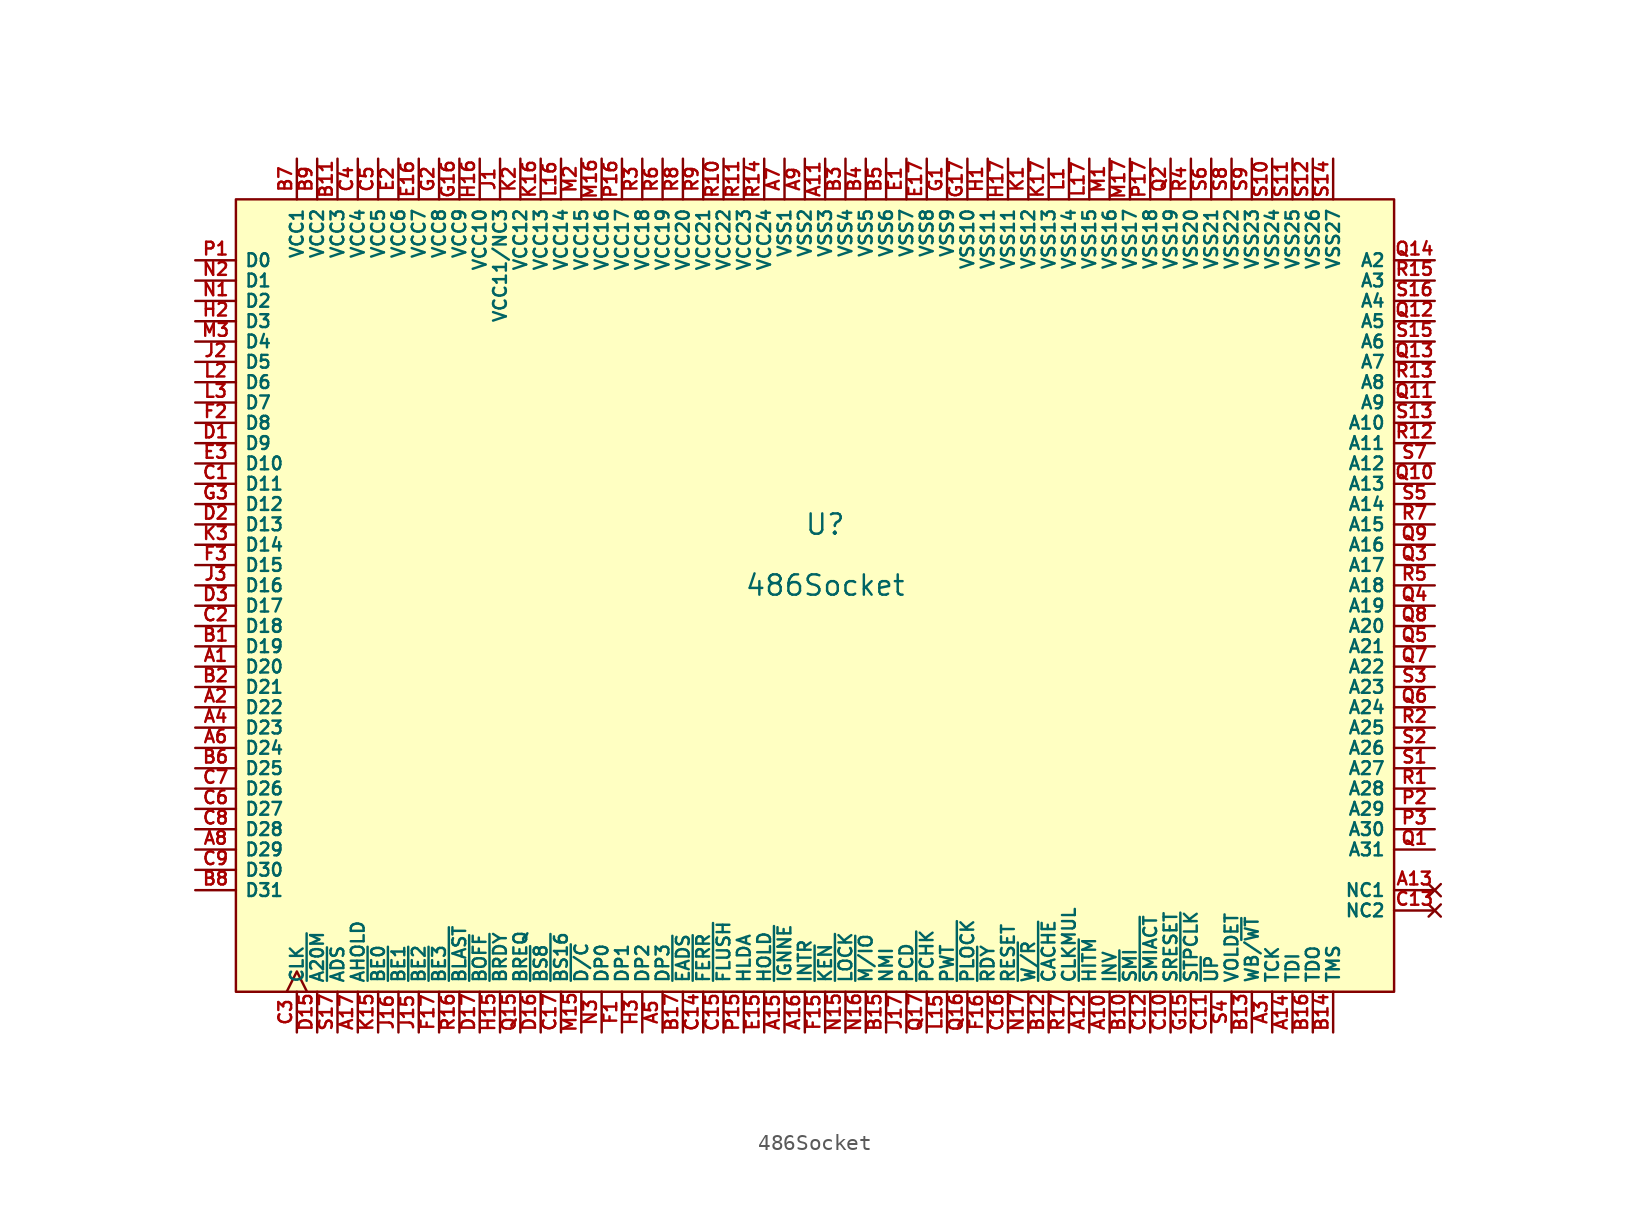
<source format=kicad_sym>
(kicad_symbol_lib
  (version 20241209)
  (generator "kicad_symbol_editor")
  (generator_version "9.0")
  (symbol "486Socket"
    (property "Reference" "U"
      (at 46.99 39.37 0)
      (effects (font (size 1.27 1.27))))
    (property "Value" "486Socket"
      (at 46.99 35.56 0)
      (effects (font (size 1.27 1.27))))
    (symbol "486Socket_0_1"
      (rectangle (start 10.16 59.69) (end 82.55 10.16) (stroke (width 0) (type default)) (fill (type background))))
    (symbol "486Socket_1_1"
      (pin bidirectional line (at 7.62 55.88 0) (length 2.54) (name "D0" (effects (font (size 0.8 0.8)))) (number "P1" (effects (font (size 0.8 0.8)))))
      (pin bidirectional line (at 7.62 54.61 0) (length 2.54) (name "D1" (effects (font (size 0.8 0.8)))) (number "N2" (effects (font (size 0.8 0.8)))))
      (pin bidirectional line (at 7.62 53.34 0) (length 2.54) (name "D2" (effects (font (size 0.8 0.8)))) (number "N1" (effects (font (size 0.8 0.8)))))
      (pin bidirectional line (at 7.62 52.07 0) (length 2.54) (name "D3" (effects (font (size 0.8 0.8)))) (number "H2" (effects (font (size 0.8 0.8)))))
      (pin bidirectional line (at 7.62 50.8 0) (length 2.54) (name "D4" (effects (font (size 0.8 0.8)))) (number "M3" (effects (font (size 0.8 0.8)))))
      (pin bidirectional line (at 7.62 49.53 0) (length 2.54) (name "D5" (effects (font (size 0.8 0.8)))) (number "J2" (effects (font (size 0.8 0.8)))))
      (pin bidirectional line (at 7.62 48.26 0) (length 2.54) (name "D6" (effects (font (size 0.8 0.8)))) (number "L2" (effects (font (size 0.8 0.8)))))
      (pin bidirectional line (at 7.62 46.99 0) (length 2.54) (name "D7" (effects (font (size 0.8 0.8)))) (number "L3" (effects (font (size 0.8 0.8)))))
      (pin bidirectional line (at 7.62 45.72 0) (length 2.54) (name "D8" (effects (font (size 0.8 0.8)))) (number "F2" (effects (font (size 0.8 0.8)))))
      (pin bidirectional line (at 7.62 44.45 0) (length 2.54) (name "D9" (effects (font (size 0.8 0.8)))) (number "D1" (effects (font (size 0.8 0.8)))))
      (pin bidirectional line (at 7.62 43.18 0) (length 2.54) (name "D10" (effects (font (size 0.8 0.8)))) (number "E3" (effects (font (size 0.8 0.8)))))
      (pin bidirectional line (at 7.62 41.91 0) (length 2.54) (name "D11" (effects (font (size 0.8 0.8)))) (number "C1" (effects (font (size 0.8 0.8)))))
      (pin bidirectional line (at 7.62 40.64 0) (length 2.54) (name "D12" (effects (font (size 0.8 0.8)))) (number "G3" (effects (font (size 0.8 0.8)))))
      (pin bidirectional line (at 7.62 39.37 0) (length 2.54) (name "D13" (effects (font (size 0.8 0.8)))) (number "D2" (effects (font (size 0.8 0.8)))))
      (pin bidirectional line (at 7.62 38.1 0) (length 2.54) (name "D14" (effects (font (size 0.8 0.8)))) (number "K3" (effects (font (size 0.8 0.8)))))
      (pin bidirectional line (at 7.62 36.83 0) (length 2.54) (name "D15" (effects (font (size 0.8 0.8)))) (number "F3" (effects (font (size 0.8 0.8)))))
      (pin bidirectional line (at 7.62 35.56 0) (length 2.54) (name "D16" (effects (font (size 0.8 0.8)))) (number "J3" (effects (font (size 0.8 0.8)))))
      (pin bidirectional line (at 7.62 34.29 0) (length 2.54) (name "D17" (effects (font (size 0.8 0.8)))) (number "D3" (effects (font (size 0.8 0.8)))))
      (pin bidirectional line (at 7.62 33.02 0) (length 2.54) (name "D18" (effects (font (size 0.8 0.8)))) (number "C2" (effects (font (size 0.8 0.8)))))
      (pin bidirectional line (at 7.62 31.75 0) (length 2.54) (name "D19" (effects (font (size 0.8 0.8)))) (number "B1" (effects (font (size 0.8 0.8)))))
      (pin bidirectional line (at 7.62 30.48 0) (length 2.54) (name "D20" (effects (font (size 0.8 0.8)))) (number "A1" (effects (font (size 0.8 0.8)))))
      (pin bidirectional line (at 7.62 29.21 0) (length 2.54) (name "D21" (effects (font (size 0.8 0.8)))) (number "B2" (effects (font (size 0.8 0.8)))))
      (pin bidirectional line (at 7.62 27.94 0) (length 2.54) (name "D22" (effects (font (size 0.8 0.8)))) (number "A2" (effects (font (size 0.8 0.8)))))
      (pin bidirectional line (at 7.62 26.67 0) (length 2.54) (name "D23" (effects (font (size 0.8 0.8)))) (number "A4" (effects (font (size 0.8 0.8)))))
      (pin bidirectional line (at 7.62 25.4 0) (length 2.54) (name "D24" (effects (font (size 0.8 0.8)))) (number "A6" (effects (font (size 0.8 0.8)))))
      (pin bidirectional line (at 7.62 24.13 0) (length 2.54) (name "D25" (effects (font (size 0.8 0.8)))) (number "B6" (effects (font (size 0.8 0.8)))))
      (pin bidirectional line (at 7.62 22.86 0) (length 2.54) (name "D26" (effects (font (size 0.8 0.8)))) (number "C7" (effects (font (size 0.8 0.8)))))
      (pin bidirectional line (at 7.62 21.59 0) (length 2.54) (name "D27" (effects (font (size 0.8 0.8)))) (number "C6" (effects (font (size 0.8 0.8)))))
      (pin bidirectional line (at 7.62 20.32 0) (length 2.54) (name "D28" (effects (font (size 0.8 0.8)))) (number "C8" (effects (font (size 0.8 0.8)))))
      (pin bidirectional line (at 7.62 19.05 0) (length 2.54) (name "D29" (effects (font (size 0.8 0.8)))) (number "A8" (effects (font (size 0.8 0.8)))))
      (pin bidirectional line (at 7.62 17.78 0) (length 2.54) (name "D30" (effects (font (size 0.8 0.8)))) (number "C9" (effects (font (size 0.8 0.8)))))
      (pin bidirectional line (at 7.62 16.51 0) (length 2.54) (name "D31" (effects (font (size 0.8 0.8)))) (number "B8" (effects (font (size 0.8 0.8)))))
      (pin power_in line (at 13.97 62.23 270) (length 2.54) (name "VCC1" (effects (font (size 0.8 0.8)))) (number "B7" (effects (font (size 0.8 0.8)))))
      (pin input clock (at 13.97 7.62 90) (length 2.54) (name "CLK" (effects (font (size 0.8 0.8)))) (number "C3" (effects (font (size 0.8 0.8)))))
      (pin power_in line (at 15.24 62.23 270) (length 2.54) (name "VCC2" (effects (font (size 0.8 0.8)))) (number "B9" (effects (font (size 0.8 0.8)))))
      (pin input line (at 15.24 7.62 90) (length 2.54) (name "~{A20M}" (effects (font (size 0.8 0.8)))) (number "D15" (effects (font (size 0.8 0.8)))))
      (pin power_in line (at 16.51 62.23 270) (length 2.54) (name "VCC3" (effects (font (size 0.8 0.8)))) (number "B11" (effects (font (size 0.8 0.8)))))
      (pin output line (at 16.51 7.62 90) (length 2.54) (name "~{ADS}" (effects (font (size 0.8 0.8)))) (number "S17" (effects (font (size 0.8 0.8)))))
      (pin power_in line (at 17.78 62.23 270) (length 2.54) (name "VCC4" (effects (font (size 0.8 0.8)))) (number "C4" (effects (font (size 0.8 0.8)))))
      (pin input line (at 17.78 7.62 90) (length 2.54) (name "AHOLD" (effects (font (size 0.8 0.8)))) (number "A17" (effects (font (size 0.8 0.8)))))
      (pin power_in line (at 19.05 62.23 270) (length 2.54) (name "VCC5" (effects (font (size 0.8 0.8)))) (number "C5" (effects (font (size 0.8 0.8)))))
      (pin output line (at 19.05 7.62 90) (length 2.54) (name "~{BE0}" (effects (font (size 0.8 0.8)))) (number "K15" (effects (font (size 0.8 0.8)))))
      (pin power_in line (at 20.32 62.23 270) (length 2.54) (name "VCC6" (effects (font (size 0.8 0.8)))) (number "E2" (effects (font (size 0.8 0.8)))))
      (pin output line (at 20.32 7.62 90) (length 2.54) (name "~{BE1}" (effects (font (size 0.8 0.8)))) (number "J16" (effects (font (size 0.8 0.8)))))
      (pin power_in line (at 21.59 62.23 270) (length 2.54) (name "VCC7" (effects (font (size 0.8 0.8)))) (number "E16" (effects (font (size 0.8 0.8)))))
      (pin output line (at 21.59 7.62 90) (length 2.54) (name "~{BE2}" (effects (font (size 0.8 0.8)))) (number "J15" (effects (font (size 0.8 0.8)))))
      (pin power_in line (at 22.86 62.23 270) (length 2.54) (name "VCC8" (effects (font (size 0.8 0.8)))) (number "G2" (effects (font (size 0.8 0.8)))))
      (pin output line (at 22.86 7.62 90) (length 2.54) (name "~{BE3}" (effects (font (size 0.8 0.8)))) (number "F17" (effects (font (size 0.8 0.8)))))
      (pin power_in line (at 24.13 62.23 270) (length 2.54) (name "VCC9" (effects (font (size 0.8 0.8)))) (number "G16" (effects (font (size 0.8 0.8)))))
      (pin output line (at 24.13 7.62 90) (length 2.54) (name "~{BLAST}" (effects (font (size 0.8 0.8)))) (number "R16" (effects (font (size 0.8 0.8)))))
      (pin power_in line (at 25.4 62.23 270) (length 2.54) (name "VCC10" (effects (font (size 0.8 0.8)))) (number "H16" (effects (font (size 0.8 0.8)))))
      (pin input line (at 25.4 7.62 90) (length 2.54) (name "~{BOFF}" (effects (font (size 0.8 0.8)))) (number "D17" (effects (font (size 0.8 0.8)))))
      (pin power_in line (at 26.67 62.23 270) (length 2.54) (name "VCC11/NC3" (effects (font (size 0.8 0.8)))) (number "J1" (effects (font (size 0.8 0.8)))))
      (pin input line (at 26.67 7.62 90) (length 2.54) (name "~{BRDY}" (effects (font (size 0.8 0.8)))) (number "H15" (effects (font (size 0.8 0.8)))))
      (pin power_in line (at 27.94 62.23 270) (length 2.54) (name "VCC12" (effects (font (size 0.8 0.8)))) (number "K2" (effects (font (size 0.8 0.8)))))
      (pin output line (at 27.94 7.62 90) (length 2.54) (name "BREQ" (effects (font (size 0.8 0.8)))) (number "Q15" (effects (font (size 0.8 0.8)))))
      (pin power_in line (at 29.21 62.23 270) (length 2.54) (name "VCC13" (effects (font (size 0.8 0.8)))) (number "K16" (effects (font (size 0.8 0.8)))))
      (pin input line (at 29.21 7.62 90) (length 2.54) (name "~{BS8}" (effects (font (size 0.8 0.8)))) (number "D16" (effects (font (size 0.8 0.8)))))
      (pin power_in line (at 30.48 62.23 270) (length 2.54) (name "VCC14" (effects (font (size 0.8 0.8)))) (number "L16" (effects (font (size 0.8 0.8)))))
      (pin input line (at 30.48 7.62 90) (length 2.54) (name "~{BS16}" (effects (font (size 0.8 0.8)))) (number "C17" (effects (font (size 0.8 0.8)))))
      (pin power_in line (at 31.75 62.23 270) (length 2.54) (name "VCC15" (effects (font (size 0.8 0.8)))) (number "M2" (effects (font (size 0.8 0.8)))))
      (pin output line (at 31.75 7.62 90) (length 2.54) (name "~{D/C}" (effects (font (size 0.8 0.8)))) (number "M15" (effects (font (size 0.8 0.8)))))
      (pin power_in line (at 33.02 62.23 270) (length 2.54) (name "VCC16" (effects (font (size 0.8 0.8)))) (number "M16" (effects (font (size 0.8 0.8)))))
      (pin bidirectional line (at 33.02 7.62 90) (length 2.54) (name "DP0" (effects (font (size 0.8 0.8)))) (number "N3" (effects (font (size 0.8 0.8)))))
      (pin power_in line (at 34.29 62.23 270) (length 2.54) (name "VCC17" (effects (font (size 0.8 0.8)))) (number "P16" (effects (font (size 0.8 0.8)))))
      (pin bidirectional line (at 34.29 7.62 90) (length 2.54) (name "DP1" (effects (font (size 0.8 0.8)))) (number "F1" (effects (font (size 0.8 0.8)))))
      (pin power_in line (at 35.56 62.23 270) (length 2.54) (name "VCC18" (effects (font (size 0.8 0.8)))) (number "R3" (effects (font (size 0.8 0.8)))))
      (pin bidirectional line (at 35.56 7.62 90) (length 2.54) (name "DP2" (effects (font (size 0.8 0.8)))) (number "H3" (effects (font (size 0.8 0.8)))))
      (pin power_in line (at 36.83 62.23 270) (length 2.54) (name "VCC19" (effects (font (size 0.8 0.8)))) (number "R6" (effects (font (size 0.8 0.8)))))
      (pin bidirectional line (at 36.83 7.62 90) (length 2.54) (name "DP3" (effects (font (size 0.8 0.8)))) (number "A5" (effects (font (size 0.8 0.8)))))
      (pin power_in line (at 38.1 62.23 270) (length 2.54) (name "VCC20" (effects (font (size 0.8 0.8)))) (number "R8" (effects (font (size 0.8 0.8)))))
      (pin input line (at 38.1 7.62 90) (length 2.54) (name "~{EADS}" (effects (font (size 0.8 0.8)))) (number "B17" (effects (font (size 0.8 0.8)))))
      (pin power_in line (at 39.37 62.23 270) (length 2.54) (name "VCC21" (effects (font (size 0.8 0.8)))) (number "R9" (effects (font (size 0.8 0.8)))))
      (pin output line (at 39.37 7.62 90) (length 2.54) (name "~{FERR}" (effects (font (size 0.8 0.8)))) (number "C14" (effects (font (size 0.8 0.8)))))
      (pin power_in line (at 40.64 62.23 270) (length 2.54) (name "VCC22" (effects (font (size 0.8 0.8)))) (number "R10" (effects (font (size 0.8 0.8)))))
      (pin input line (at 40.64 7.62 90) (length 2.54) (name "~{FLUSH}" (effects (font (size 0.8 0.8)))) (number "C15" (effects (font (size 0.8 0.8)))))
      (pin power_in line (at 41.91 62.23 270) (length 2.54) (name "VCC23" (effects (font (size 0.8 0.8)))) (number "R11" (effects (font (size 0.8 0.8)))))
      (pin output line (at 41.91 7.62 90) (length 2.54) (name "HLDA" (effects (font (size 0.8 0.8)))) (number "P15" (effects (font (size 0.8 0.8)))))
      (pin power_in line (at 43.18 62.23 270) (length 2.54) (name "VCC24" (effects (font (size 0.8 0.8)))) (number "R14" (effects (font (size 0.8 0.8)))))
      (pin input line (at 43.18 7.62 90) (length 2.54) (name "HOLD" (effects (font (size 0.8 0.8)))) (number "E15" (effects (font (size 0.8 0.8)))))
      (pin power_in line (at 44.45 62.23 270) (length 2.54) (name "VSS1" (effects (font (size 0.8 0.8)))) (number "A7" (effects (font (size 0.8 0.8)))))
      (pin input line (at 44.45 7.62 90) (length 2.54) (name "~{IGNNE}" (effects (font (size 0.8 0.8)))) (number "A15" (effects (font (size 0.8 0.8)))))
      (pin power_in line (at 45.72 62.23 270) (length 2.54) (name "VSS2" (effects (font (size 0.8 0.8)))) (number "A9" (effects (font (size 0.8 0.8)))))
      (pin input line (at 45.72 7.62 90) (length 2.54) (name "INTR" (effects (font (size 0.8 0.8)))) (number "A16" (effects (font (size 0.8 0.8)))))
      (pin power_in line (at 46.99 62.23 270) (length 2.54) (name "VSS3" (effects (font (size 0.8 0.8)))) (number "A11" (effects (font (size 0.8 0.8)))))
      (pin input line (at 46.99 7.62 90) (length 2.54) (name "~{KEN}" (effects (font (size 0.8 0.8)))) (number "F15" (effects (font (size 0.8 0.8)))))
      (pin power_in line (at 48.26 62.23 270) (length 2.54) (name "VSS4" (effects (font (size 0.8 0.8)))) (number "B3" (effects (font (size 0.8 0.8)))))
      (pin output line (at 48.26 7.62 90) (length 2.54) (name "~{LOCK}" (effects (font (size 0.8 0.8)))) (number "N15" (effects (font (size 0.8 0.8)))))
      (pin power_in line (at 49.53 62.23 270) (length 2.54) (name "VSS5" (effects (font (size 0.8 0.8)))) (number "B4" (effects (font (size 0.8 0.8)))))
      (pin output line (at 49.53 7.62 90) (length 2.54) (name "~{M/IO}" (effects (font (size 0.8 0.8)))) (number "N16" (effects (font (size 0.8 0.8)))))
      (pin power_in line (at 50.8 62.23 270) (length 2.54) (name "VSS6" (effects (font (size 0.8 0.8)))) (number "B5" (effects (font (size 0.8 0.8)))))
      (pin input line (at 50.8 7.62 90) (length 2.54) (name "NMI" (effects (font (size 0.8 0.8)))) (number "B15" (effects (font (size 0.8 0.8)))))
      (pin power_in line (at 52.07 62.23 270) (length 2.54) (name "VSS7" (effects (font (size 0.8 0.8)))) (number "E1" (effects (font (size 0.8 0.8)))))
      (pin output line (at 52.07 7.62 90) (length 2.54) (name "PCD" (effects (font (size 0.8 0.8)))) (number "J17" (effects (font (size 0.8 0.8)))))
      (pin power_in line (at 53.34 62.23 270) (length 2.54) (name "VSS8" (effects (font (size 0.8 0.8)))) (number "E17" (effects (font (size 0.8 0.8)))))
      (pin output line (at 53.34 7.62 90) (length 2.54) (name "~{PCHK}" (effects (font (size 0.8 0.8)))) (number "Q17" (effects (font (size 0.8 0.8)))))
      (pin power_in line (at 54.61 62.23 270) (length 2.54) (name "VSS9" (effects (font (size 0.8 0.8)))) (number "G1" (effects (font (size 0.8 0.8)))))
      (pin output line (at 54.61 7.62 90) (length 2.54) (name "PWT" (effects (font (size 0.8 0.8)))) (number "L15" (effects (font (size 0.8 0.8)))))
      (pin power_in line (at 55.88 62.23 270) (length 2.54) (name "VSS10" (effects (font (size 0.8 0.8)))) (number "G17" (effects (font (size 0.8 0.8)))))
      (pin output line (at 55.88 7.62 90) (length 2.54) (name "~{PLOCK}" (effects (font (size 0.8 0.8)))) (number "Q16" (effects (font (size 0.8 0.8)))))
      (pin power_in line (at 57.15 62.23 270) (length 2.54) (name "VSS11" (effects (font (size 0.8 0.8)))) (number "H1" (effects (font (size 0.8 0.8)))))
      (pin input line (at 57.15 7.62 90) (length 2.54) (name "~{RDY}" (effects (font (size 0.8 0.8)))) (number "F16" (effects (font (size 0.8 0.8)))))
      (pin power_in line (at 58.42 62.23 270) (length 2.54) (name "VSS11" (effects (font (size 0.8 0.8)))) (number "H17" (effects (font (size 0.8 0.8)))))
      (pin input line (at 58.42 7.62 90) (length 2.54) (name "RESET" (effects (font (size 0.8 0.8)))) (number "C16" (effects (font (size 0.8 0.8)))))
      (pin power_in line (at 59.69 62.23 270) (length 2.54) (name "VSS12" (effects (font (size 0.8 0.8)))) (number "K1" (effects (font (size 0.8 0.8)))))
      (pin output line (at 59.69 7.62 90) (length 2.54) (name "~{W/R}" (effects (font (size 0.8 0.8)))) (number "N17" (effects (font (size 0.8 0.8)))))
      (pin power_in line (at 60.96 62.23 270) (length 2.54) (name "VSS13" (effects (font (size 0.8 0.8)))) (number "K17" (effects (font (size 0.8 0.8)))))
      (pin output line (at 60.96 7.62 90) (length 2.54) (name "~{CACHE}" (effects (font (size 0.8 0.8)))) (number "B12" (effects (font (size 0.8 0.8)))))
      (pin power_in line (at 62.23 62.23 270) (length 2.54) (name "VSS14" (effects (font (size 0.8 0.8)))) (number "L1" (effects (font (size 0.8 0.8)))))
      (pin input line (at 62.23 7.62 90) (length 2.54) (name "CLKMUL" (effects (font (size 0.8 0.8)))) (number "R17" (effects (font (size 0.8 0.8)))))
      (pin power_in line (at 63.5 62.23 270) (length 2.54) (name "VSS15" (effects (font (size 0.8 0.8)))) (number "L17" (effects (font (size 0.8 0.8)))))
      (pin output line (at 63.5 7.62 90) (length 2.54) (name "~{HITM}" (effects (font (size 0.8 0.8)))) (number "A12" (effects (font (size 0.8 0.8)))))
      (pin power_in line (at 64.77 62.23 270) (length 2.54) (name "VSS16" (effects (font (size 0.8 0.8)))) (number "M1" (effects (font (size 0.8 0.8)))))
      (pin input line (at 64.77 7.62 90) (length 2.54) (name "INV" (effects (font (size 0.8 0.8)))) (number "A10" (effects (font (size 0.8 0.8)))))
      (pin power_in line (at 66.04 62.23 270) (length 2.54) (name "VSS17" (effects (font (size 0.8 0.8)))) (number "M17" (effects (font (size 0.8 0.8)))))
      (pin input line (at 66.04 7.62 90) (length 2.54) (name "~{SMI}" (effects (font (size 0.8 0.8)))) (number "B10" (effects (font (size 0.8 0.8)))))
      (pin power_in line (at 67.31 62.23 270) (length 2.54) (name "VSS18" (effects (font (size 0.8 0.8)))) (number "P17" (effects (font (size 0.8 0.8)))))
      (pin output line (at 67.31 7.62 90) (length 2.54) (name "~{SMIACT}" (effects (font (size 0.8 0.8)))) (number "C12" (effects (font (size 0.8 0.8)))))
      (pin power_in line (at 68.58 62.23 270) (length 2.54) (name "VSS19" (effects (font (size 0.8 0.8)))) (number "Q2" (effects (font (size 0.8 0.8)))))
      (pin input line (at 68.58 7.62 90) (length 2.54) (name "SRESET" (effects (font (size 0.8 0.8)))) (number "C10" (effects (font (size 0.8 0.8)))))
      (pin power_in line (at 69.85 62.23 270) (length 2.54) (name "VSS20" (effects (font (size 0.8 0.8)))) (number "R4" (effects (font (size 0.8 0.8)))))
      (pin input line (at 69.85 7.62 90) (length 2.54) (name "~{STPCLK}" (effects (font (size 0.8 0.8)))) (number "G15" (effects (font (size 0.8 0.8)))))
      (pin power_in line (at 71.12 62.23 270) (length 2.54) (name "VSS21" (effects (font (size 0.8 0.8)))) (number "S6" (effects (font (size 0.8 0.8)))))
      (pin input line (at 71.12 7.62 90) (length 2.54) (name "~{UP}" (effects (font (size 0.8 0.8)))) (number "C11" (effects (font (size 0.8 0.8)))))
      (pin power_in line (at 72.39 62.23 270) (length 2.54) (name "VSS22" (effects (font (size 0.8 0.8)))) (number "S8" (effects (font (size 0.8 0.8)))))
      (pin output line (at 72.39 7.62 90) (length 2.54) (name "VOLDET" (effects (font (size 0.8 0.8)))) (number "S4" (effects (font (size 0.8 0.8)))))
      (pin power_in line (at 73.66 62.23 270) (length 2.54) (name "VSS23" (effects (font (size 0.8 0.8)))) (number "S9" (effects (font (size 0.8 0.8)))))
      (pin input line (at 73.66 7.62 90) (length 2.54) (name "WB/~{WT}" (effects (font (size 0.8 0.8)))) (number "B13" (effects (font (size 0.8 0.8)))))
      (pin power_in line (at 74.93 62.23 270) (length 2.54) (name "VSS24" (effects (font (size 0.8 0.8)))) (number "S10" (effects (font (size 0.8 0.8)))))
      (pin input line (at 74.93 7.62 90) (length 2.54) (name "TCK" (effects (font (size 0.8 0.8)))) (number "A3" (effects (font (size 0.8 0.8)))))
      (pin power_in line (at 76.2 62.23 270) (length 2.54) (name "VSS25" (effects (font (size 0.8 0.8)))) (number "S11" (effects (font (size 0.8 0.8)))))
      (pin input line (at 76.2 7.62 90) (length 2.54) (name "TDI" (effects (font (size 0.8 0.8)))) (number "A14" (effects (font (size 0.8 0.8)))))
      (pin power_in line (at 77.47 62.23 270) (length 2.54) (name "VSS26" (effects (font (size 0.8 0.8)))) (number "S12" (effects (font (size 0.8 0.8)))))
      (pin output line (at 77.47 7.62 90) (length 2.54) (name "TDO" (effects (font (size 0.8 0.8)))) (number "B16" (effects (font (size 0.8 0.8)))))
      (pin power_in line (at 78.74 62.23 270) (length 2.54) (name "VSS27" (effects (font (size 0.8 0.8)))) (number "S14" (effects (font (size 0.8 0.8)))))
      (pin input line (at 78.74 7.62 90) (length 2.54) (name "TMS" (effects (font (size 0.8 0.8)))) (number "B14" (effects (font (size 0.8 0.8)))))
      (pin output line (at 85.09 55.88 180) (length 2.54) (name "A2" (effects (font (size 0.8 0.8)))) (number "Q14" (effects (font (size 0.8 0.8)))))
      (pin output line (at 85.09 54.61 180) (length 2.54) (name "A3" (effects (font (size 0.8 0.8)))) (number "R15" (effects (font (size 0.8 0.8)))))
      (pin bidirectional line (at 85.09 53.34 180) (length 2.54) (name "A4" (effects (font (size 0.8 0.8)))) (number "S16" (effects (font (size 0.8 0.8)))))
      (pin bidirectional line (at 85.09 52.07 180) (length 2.54) (name "A5" (effects (font (size 0.8 0.8)))) (number "Q12" (effects (font (size 0.8 0.8)))))
      (pin bidirectional line (at 85.09 50.8 180) (length 2.54) (name "A6" (effects (font (size 0.8 0.8)))) (number "S15" (effects (font (size 0.8 0.8)))))
      (pin bidirectional line (at 85.09 49.53 180) (length 2.54) (name "A7" (effects (font (size 0.8 0.8)))) (number "Q13" (effects (font (size 0.8 0.8)))))
      (pin bidirectional line (at 85.09 48.26 180) (length 2.54) (name "A8" (effects (font (size 0.8 0.8)))) (number "R13" (effects (font (size 0.8 0.8)))))
      (pin bidirectional line (at 85.09 46.99 180) (length 2.54) (name "A9" (effects (font (size 0.8 0.8)))) (number "Q11" (effects (font (size 0.8 0.8)))))
      (pin bidirectional line (at 85.09 45.72 180) (length 2.54) (name "A10" (effects (font (size 0.8 0.8)))) (number "S13" (effects (font (size 0.8 0.8)))))
      (pin bidirectional line (at 85.09 44.45 180) (length 2.54) (name "A11" (effects (font (size 0.8 0.8)))) (number "R12" (effects (font (size 0.8 0.8)))))
      (pin bidirectional line (at 85.09 43.18 180) (length 2.54) (name "A12" (effects (font (size 0.8 0.8)))) (number "S7" (effects (font (size 0.8 0.8)))))
      (pin bidirectional line (at 85.09 41.91 180) (length 2.54) (name "A13" (effects (font (size 0.8 0.8)))) (number "Q10" (effects (font (size 0.8 0.8)))))
      (pin bidirectional line (at 85.09 40.64 180) (length 2.54) (name "A14" (effects (font (size 0.8 0.8)))) (number "S5" (effects (font (size 0.8 0.8)))))
      (pin bidirectional line (at 85.09 39.37 180) (length 2.54) (name "A15" (effects (font (size 0.8 0.8)))) (number "R7" (effects (font (size 0.8 0.8)))))
      (pin bidirectional line (at 85.09 38.1 180) (length 2.54) (name "A16" (effects (font (size 0.8 0.8)))) (number "Q9" (effects (font (size 0.8 0.8)))))
      (pin bidirectional line (at 85.09 36.83 180) (length 2.54) (name "A17" (effects (font (size 0.8 0.8)))) (number "Q3" (effects (font (size 0.8 0.8)))))
      (pin bidirectional line (at 85.09 35.56 180) (length 2.54) (name "A18" (effects (font (size 0.8 0.8)))) (number "R5" (effects (font (size 0.8 0.8)))))
      (pin bidirectional line (at 85.09 34.29 180) (length 2.54) (name "A19" (effects (font (size 0.8 0.8)))) (number "Q4" (effects (font (size 0.8 0.8)))))
      (pin bidirectional line (at 85.09 33.02 180) (length 2.54) (name "A20" (effects (font (size 0.8 0.8)))) (number "Q8" (effects (font (size 0.8 0.8)))))
      (pin bidirectional line (at 85.09 31.75 180) (length 2.54) (name "A21" (effects (font (size 0.8 0.8)))) (number "Q5" (effects (font (size 0.8 0.8)))))
      (pin bidirectional line (at 85.09 30.48 180) (length 2.54) (name "A22" (effects (font (size 0.8 0.8)))) (number "Q7" (effects (font (size 0.8 0.8)))))
      (pin bidirectional line (at 85.09 29.21 180) (length 2.54) (name "A23" (effects (font (size 0.8 0.8)))) (number "S3" (effects (font (size 0.8 0.8)))))
      (pin bidirectional line (at 85.09 27.94 180) (length 2.54) (name "A24" (effects (font (size 0.8 0.8)))) (number "Q6" (effects (font (size 0.8 0.8)))))
      (pin bidirectional line (at 85.09 26.67 180) (length 2.54) (name "A25" (effects (font (size 0.8 0.8)))) (number "R2" (effects (font (size 0.8 0.8)))))
      (pin bidirectional line (at 85.09 25.4 180) (length 2.54) (name "A26" (effects (font (size 0.8 0.8)))) (number "S2" (effects (font (size 0.8 0.8)))))
      (pin bidirectional line (at 85.09 24.13 180) (length 2.54) (name "A27" (effects (font (size 0.8 0.8)))) (number "S1" (effects (font (size 0.8 0.8)))))
      (pin bidirectional line (at 85.09 22.86 180) (length 2.54) (name "A28" (effects (font (size 0.8 0.8)))) (number "R1" (effects (font (size 0.8 0.8)))))
      (pin bidirectional line (at 85.09 21.59 180) (length 2.54) (name "A29" (effects (font (size 0.8 0.8)))) (number "P2" (effects (font (size 0.8 0.8)))))
      (pin bidirectional line (at 85.09 20.32 180) (length 2.54) (name "A30" (effects (font (size 0.8 0.8)))) (number "P3" (effects (font (size 0.8 0.8)))))
      (pin bidirectional line (at 85.09 19.05 180) (length 2.54) (name "A31" (effects (font (size 0.8 0.8)))) (number "Q1" (effects (font (size 0.8 0.8)))))
      (pin no_connect line (at 85.09 16.51 180) (length 2.54) (name "NC1" (effects (font (size 0.8 0.8)))) (number "A13" (effects (font (size 0.8 0.8)))))
      (pin no_connect line (at 85.09 15.24 180) (length 2.54) (name "NC2" (effects (font (size 0.8 0.8)))) (number "C13" (effects (font (size 0.8 0.8))))))))
</source>
